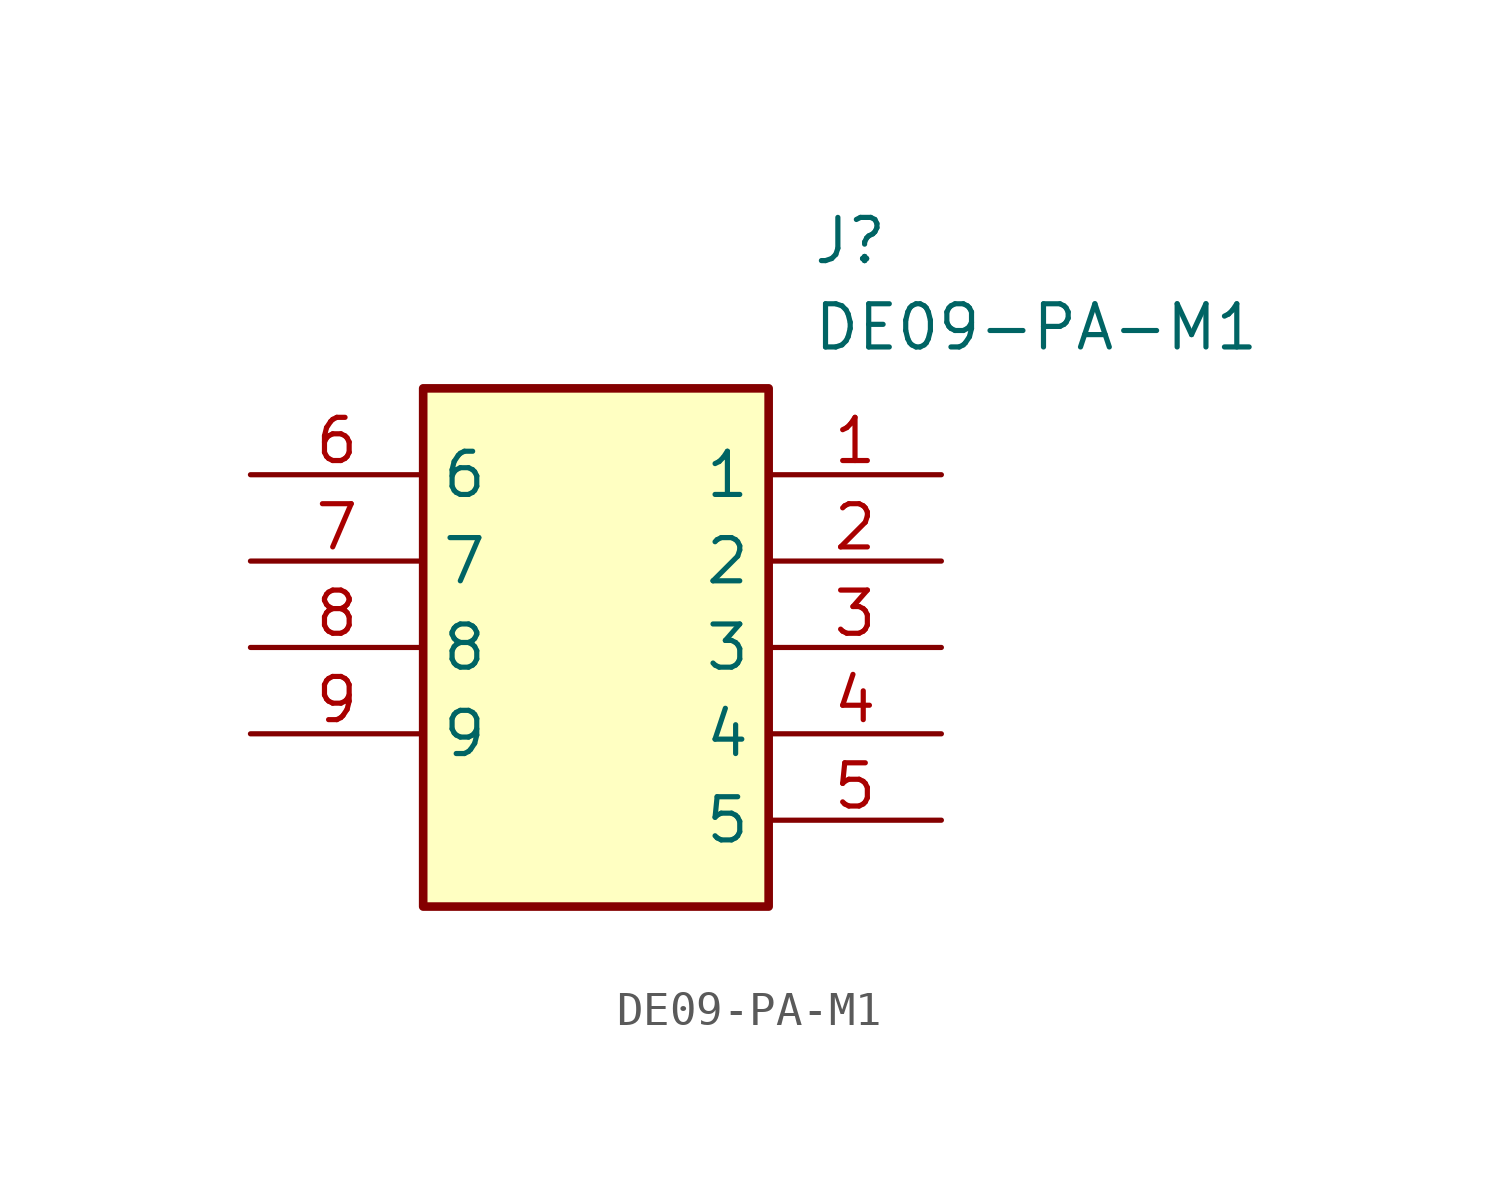
<source format=kicad_sym>
(kicad_symbol_lib
  (version 20211014)
  (generator SamacSys_ECAD_Model)
  (symbol "DE09-PA-M1"
    (property "Reference" "J"
      (at 16.51 7.62 0)
      (effects (font (size 1.27 1.27)) (justify left top)))
    (property "Value" "DE09-PA-M1"
      (at 16.51 5.08 0)
      (effects (font (size 1.27 1.27)) (justify left top)))
    (rectangle
      (start 5.08 2.54)
      (end 15.24 -12.7)
      (stroke (width 0.254) (type default))
      (fill (type background)))
    (pin passive line
      (at 20.32 0 180)
      (length 5.08)
      (name "1" (effects (font (size 1.27 1.27))))
      (number "1" (effects (font (size 1.27 1.27)))))
    (pin passive line
      (at 20.32 -2.54 180)
      (length 5.08)
      (name "2" (effects (font (size 1.27 1.27))))
      (number "2" (effects (font (size 1.27 1.27)))))
    (pin passive line
      (at 20.32 -5.08 180)
      (length 5.08)
      (name "3" (effects (font (size 1.27 1.27))))
      (number "3" (effects (font (size 1.27 1.27)))))
    (pin passive line
      (at 20.32 -7.62 180)
      (length 5.08)
      (name "4" (effects (font (size 1.27 1.27))))
      (number "4" (effects (font (size 1.27 1.27)))))
    (pin passive line
      (at 20.32 -10.16 180)
      (length 5.08)
      (name "5" (effects (font (size 1.27 1.27))))
      (number "5" (effects (font (size 1.27 1.27)))))
    (pin passive line
      (at 0 0 0)
      (length 5.08)
      (name "6" (effects (font (size 1.27 1.27))))
      (number "6" (effects (font (size 1.27 1.27)))))
    (pin passive line
      (at 0 -2.54 0)
      (length 5.08)
      (name "7" (effects (font (size 1.27 1.27))))
      (number "7" (effects (font (size 1.27 1.27)))))
    (pin passive line
      (at 0 -5.08 0)
      (length 5.08)
      (name "8" (effects (font (size 1.27 1.27))))
      (number "8" (effects (font (size 1.27 1.27)))))
    (pin passive line
      (at 0 -7.62 0)
      (length 5.08)
      (name "9" (effects (font (size 1.27 1.27))))
      (number "9" (effects (font (size 1.27 1.27)))))))
</source>
